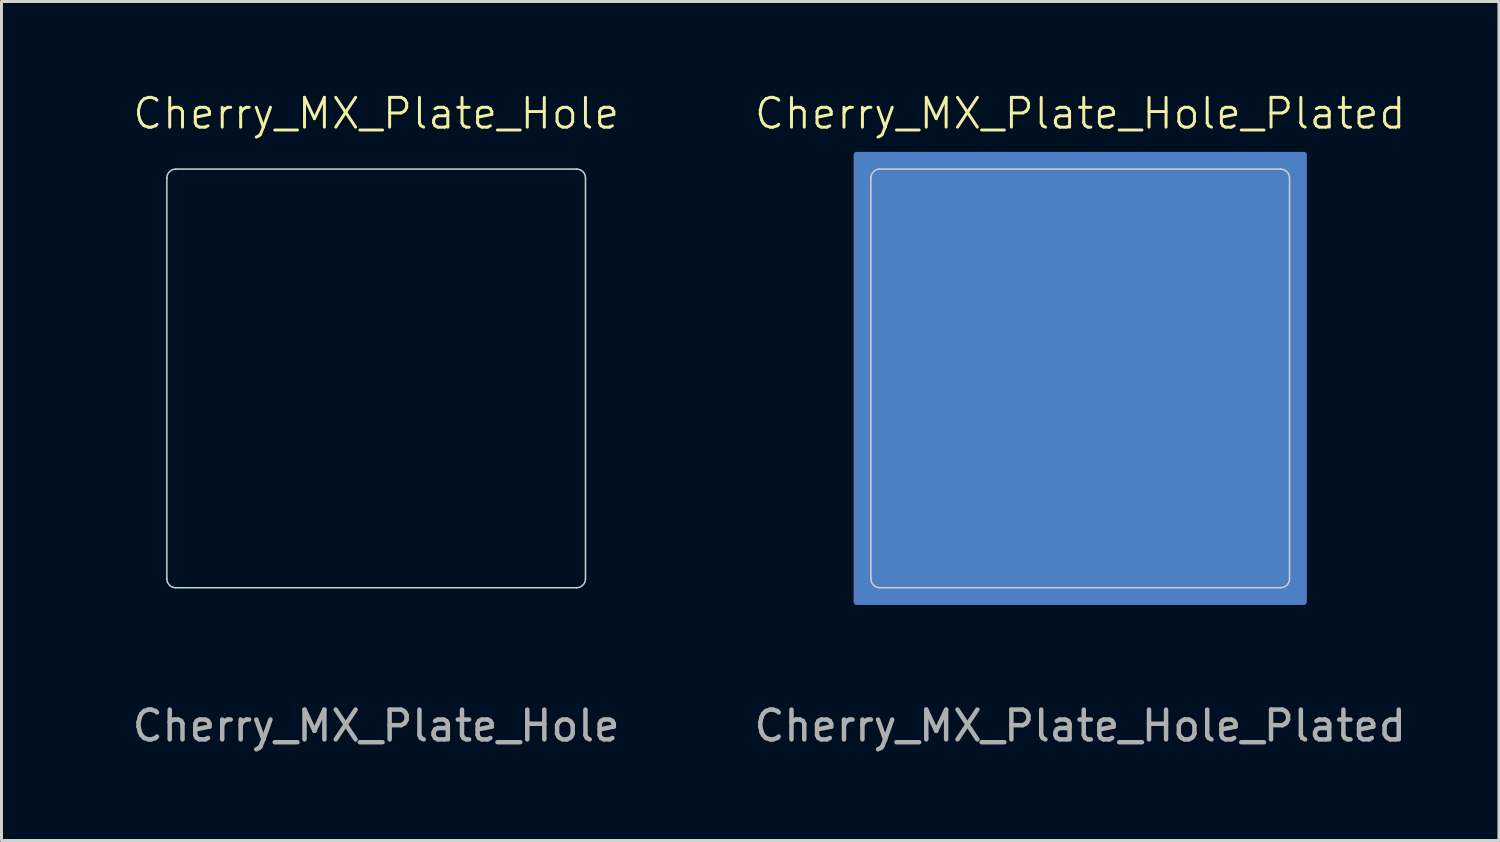
<source format=kicad_pcb>
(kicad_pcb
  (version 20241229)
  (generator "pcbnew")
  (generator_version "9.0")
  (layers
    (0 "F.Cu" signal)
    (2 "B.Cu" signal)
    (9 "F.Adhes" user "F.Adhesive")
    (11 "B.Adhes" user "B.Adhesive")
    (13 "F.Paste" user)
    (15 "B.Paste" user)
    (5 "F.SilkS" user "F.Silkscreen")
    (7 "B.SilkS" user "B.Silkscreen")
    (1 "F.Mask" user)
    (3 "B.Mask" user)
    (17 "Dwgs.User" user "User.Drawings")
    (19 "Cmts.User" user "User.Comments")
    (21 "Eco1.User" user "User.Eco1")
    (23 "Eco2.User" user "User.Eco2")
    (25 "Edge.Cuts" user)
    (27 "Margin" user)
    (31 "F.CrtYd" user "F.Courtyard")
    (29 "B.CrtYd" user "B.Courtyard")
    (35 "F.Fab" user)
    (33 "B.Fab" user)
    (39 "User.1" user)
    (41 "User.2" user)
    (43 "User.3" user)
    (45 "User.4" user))
  (footprint "Cherry_MX_Plate_Hole"
    (layer "F.Cu")
    (at 9.575 9.65)
    (property "Reference" "Cherry_MX_Plate_Hole" (at 0 -8.89 0) (unlocked yes) (layer "F.SilkS") (effects (font (size 1 1) (thickness 0.1))))
    (attr through_hole)
    (fp_rect (start -9.525 -9.525) (end 9.525 9.525) (stroke (width 0.1) (type default)) (fill no) (layer "Eco1.User"))
    (fp_line (start -7.025 6.725) (end -7.025 -6.725) (stroke (width 0.05) (type default)) (layer "Edge.Cuts"))
    (fp_line (start -6.725 -7.025) (end 6.725 -7.025) (stroke (width 0.05) (type default)) (layer "Edge.Cuts"))
    (fp_line (start 6.725 7.025) (end -6.725 7.025) (stroke (width 0.05) (type default)) (layer "Edge.Cuts"))
    (fp_line (start 7.025 -6.725) (end 7.025 6.725) (stroke (width 0.05) (type default)) (layer "Edge.Cuts"))
    (fp_arc (start -7.025 -6.725) (mid -6.937132 -6.937132) (end -6.725 -7.025) (stroke (width 0.05) (type default)) (layer "Edge.Cuts"))
    (fp_arc (start -6.725 7.025) (mid -6.937132 6.937132) (end -7.025 6.725) (stroke (width 0.05) (type default)) (layer "Edge.Cuts"))
    (fp_arc (start 6.725 -7.025) (mid 6.937132 -6.937132) (end 7.025 -6.725) (stroke (width 0.05) (type default)) (layer "Edge.Cuts"))
    (fp_arc (start 7.025 6.725) (mid 6.937132 6.937132) (end 6.725 7.025) (stroke (width 0.05) (type default)) (layer "Edge.Cuts"))
    (fp_text user "${REFERENCE}" (at 0 11.66 0) (unlocked yes) (layer "F.Fab") (effects (font (size 1 1) (thickness 0.15)))))
  (footprint "Cherry_MX_Plate_Hole_Plated"
    (layer "F.Cu")
    (at 33.204 9.65)
    (property "Reference" "Cherry_MX_Plate_Hole_Plated" (at 0 -8.89 0) (unlocked yes) (layer "F.SilkS") (effects (font (size 1 1) (thickness 0.1))))
    (attr through_hole)
    (fp_rect (start -7.5 -7.5) (end 7.5 7.5) (stroke (width 0.2) (type solid)) (fill yes) (layer "F.Cu"))
    (fp_rect (start -7.5 -7.5) (end 7.5 7.5) (stroke (width 0.2) (type solid)) (fill yes) (layer "B.Cu"))
    (fp_rect (start -9.525 -9.525) (end 9.525 9.525) (stroke (width 0.1) (type default)) (fill no) (layer "Eco1.User"))
    (fp_line (start -7.025 6.725) (end -7.025 -6.725) (stroke (width 0.05) (type default)) (layer "Edge.Cuts"))
    (fp_line (start -6.725 -7.025) (end 6.725 -7.025) (stroke (width 0.05) (type default)) (layer "Edge.Cuts"))
    (fp_line (start 6.725 7.025) (end -6.725 7.025) (stroke (width 0.05) (type default)) (layer "Edge.Cuts"))
    (fp_line (start 7.025 -6.725) (end 7.025 6.725) (stroke (width 0.05) (type default)) (layer "Edge.Cuts"))
    (fp_arc (start -7.025 -6.725) (mid -6.937132 -6.937132) (end -6.725 -7.025) (stroke (width 0.05) (type default)) (layer "Edge.Cuts"))
    (fp_arc (start -6.725 7.025) (mid -6.937132 6.937132) (end -7.025 6.725) (stroke (width 0.05) (type default)) (layer "Edge.Cuts"))
    (fp_arc (start 6.725 -7.025) (mid 6.937132 -6.937132) (end 7.025 -6.725) (stroke (width 0.05) (type default)) (layer "Edge.Cuts"))
    (fp_arc (start 7.025 6.725) (mid 6.937132 6.937132) (end 6.725 7.025) (stroke (width 0.05) (type default)) (layer "Edge.Cuts"))
    (fp_text user "${REFERENCE}" (at 0 11.66 0) (unlocked yes) (layer "F.Fab") (effects (font (size 1 1) (thickness 0.15)))))
  (gr_rect
    (start -3 -3)
    (end 47.257 25.159)
    (stroke (width 0.1) (type default))
    (fill no)
    (layer "Edge.Cuts")))
</source>
